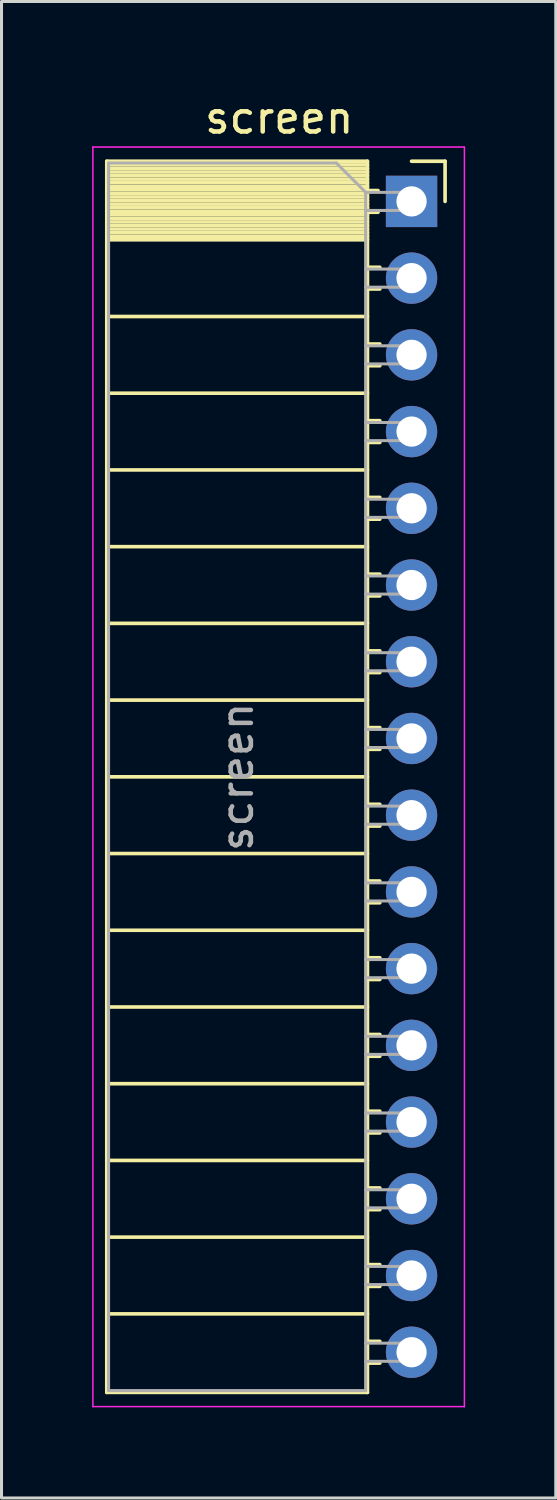
<source format=kicad_pcb>
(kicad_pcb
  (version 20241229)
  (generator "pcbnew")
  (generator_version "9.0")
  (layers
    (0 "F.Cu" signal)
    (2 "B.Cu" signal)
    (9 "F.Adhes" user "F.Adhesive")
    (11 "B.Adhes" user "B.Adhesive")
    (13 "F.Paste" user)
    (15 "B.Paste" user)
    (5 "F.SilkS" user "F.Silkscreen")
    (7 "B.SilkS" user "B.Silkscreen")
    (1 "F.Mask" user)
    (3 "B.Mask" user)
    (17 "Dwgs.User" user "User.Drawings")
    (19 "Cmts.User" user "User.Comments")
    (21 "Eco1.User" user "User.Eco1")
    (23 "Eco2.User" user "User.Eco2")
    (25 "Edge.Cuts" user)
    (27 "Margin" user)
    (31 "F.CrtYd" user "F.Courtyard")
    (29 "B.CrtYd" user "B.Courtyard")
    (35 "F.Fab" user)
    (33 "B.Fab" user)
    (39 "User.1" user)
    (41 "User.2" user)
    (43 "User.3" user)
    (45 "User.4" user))
  (footprint "screen"
    (layer "F.Cu")
    (at 10.575 3.618)
    (property "Reference" "screen" (at -4.38 -2.77 180) (layer "F.SilkS") (effects (font (size 1 1) (thickness 0.15))))
    (attr through_hole)
    (fp_line (start -10.09 -1.33) (end -10.09 39.43) (stroke (width 0.12) (type solid)) (layer "F.SilkS"))
    (fp_line (start -10.09 -1.33) (end -1.46 -1.33) (stroke (width 0.12) (type solid)) (layer "F.SilkS"))
    (fp_line (start -10.09 -1.21) (end -1.46 -1.21) (stroke (width 0.12) (type solid)) (layer "F.SilkS"))
    (fp_line (start -10.09 -1.092) (end -1.46 -1.092) (stroke (width 0.12) (type solid)) (layer "F.SilkS"))
    (fp_line (start -10.09 -0.974) (end -1.46 -0.974) (stroke (width 0.12) (type solid)) (layer "F.SilkS"))
    (fp_line (start -10.09 -0.856) (end -1.46 -0.856) (stroke (width 0.12) (type solid)) (layer "F.SilkS"))
    (fp_line (start -10.09 -0.738) (end -1.46 -0.738) (stroke (width 0.12) (type solid)) (layer "F.SilkS"))
    (fp_line (start -10.09 -0.62) (end -1.46 -0.62) (stroke (width 0.12) (type solid)) (layer "F.SilkS"))
    (fp_line (start -10.09 -0.501) (end -1.46 -0.501) (stroke (width 0.12) (type solid)) (layer "F.SilkS"))
    (fp_line (start -10.09 -0.383) (end -1.46 -0.383) (stroke (width 0.12) (type solid)) (layer "F.SilkS"))
    (fp_line (start -10.09 -0.265) (end -1.46 -0.265) (stroke (width 0.12) (type solid)) (layer "F.SilkS"))
    (fp_line (start -10.09 -0.147) (end -1.46 -0.147) (stroke (width 0.12) (type solid)) (layer "F.SilkS"))
    (fp_line (start -10.09 -0.029) (end -1.46 -0.029) (stroke (width 0.12) (type solid)) (layer "F.SilkS"))
    (fp_line (start -10.09 0.089) (end -1.46 0.089) (stroke (width 0.12) (type solid)) (layer "F.SilkS"))
    (fp_line (start -10.09 0.207) (end -1.46 0.207) (stroke (width 0.12) (type solid)) (layer "F.SilkS"))
    (fp_line (start -10.09 0.325) (end -1.46 0.325) (stroke (width 0.12) (type solid)) (layer "F.SilkS"))
    (fp_line (start -10.09 0.443) (end -1.46 0.443) (stroke (width 0.12) (type solid)) (layer "F.SilkS"))
    (fp_line (start -10.09 0.561) (end -1.46 0.561) (stroke (width 0.12) (type solid)) (layer "F.SilkS"))
    (fp_line (start -10.09 0.68) (end -1.46 0.68) (stroke (width 0.12) (type solid)) (layer "F.SilkS"))
    (fp_line (start -10.09 0.798) (end -1.46 0.798) (stroke (width 0.12) (type solid)) (layer "F.SilkS"))
    (fp_line (start -10.09 0.916) (end -1.46 0.916) (stroke (width 0.12) (type solid)) (layer "F.SilkS"))
    (fp_line (start -10.09 1.034) (end -1.46 1.034) (stroke (width 0.12) (type solid)) (layer "F.SilkS"))
    (fp_line (start -10.09 1.152) (end -1.46 1.152) (stroke (width 0.12) (type solid)) (layer "F.SilkS"))
    (fp_line (start -10.09 1.27) (end -1.46 1.27) (stroke (width 0.12) (type solid)) (layer "F.SilkS"))
    (fp_line (start -10.09 3.81) (end -1.46 3.81) (stroke (width 0.12) (type solid)) (layer "F.SilkS"))
    (fp_line (start -10.09 6.35) (end -1.46 6.35) (stroke (width 0.12) (type solid)) (layer "F.SilkS"))
    (fp_line (start -10.09 8.89) (end -1.46 8.89) (stroke (width 0.12) (type solid)) (layer "F.SilkS"))
    (fp_line (start -10.09 11.43) (end -1.46 11.43) (stroke (width 0.12) (type solid)) (layer "F.SilkS"))
    (fp_line (start -10.09 13.97) (end -1.46 13.97) (stroke (width 0.12) (type solid)) (layer "F.SilkS"))
    (fp_line (start -10.09 16.51) (end -1.46 16.51) (stroke (width 0.12) (type solid)) (layer "F.SilkS"))
    (fp_line (start -10.09 19.05) (end -1.46 19.05) (stroke (width 0.12) (type solid)) (layer "F.SilkS"))
    (fp_line (start -10.09 21.59) (end -1.46 21.59) (stroke (width 0.12) (type solid)) (layer "F.SilkS"))
    (fp_line (start -10.09 24.13) (end -1.46 24.13) (stroke (width 0.12) (type solid)) (layer "F.SilkS"))
    (fp_line (start -10.09 26.67) (end -1.46 26.67) (stroke (width 0.12) (type solid)) (layer "F.SilkS"))
    (fp_line (start -10.09 29.21) (end -1.46 29.21) (stroke (width 0.12) (type solid)) (layer "F.SilkS"))
    (fp_line (start -10.09 31.75) (end -1.46 31.75) (stroke (width 0.12) (type solid)) (layer "F.SilkS"))
    (fp_line (start -10.09 34.29) (end -1.46 34.29) (stroke (width 0.12) (type solid)) (layer "F.SilkS"))
    (fp_line (start -10.09 36.83) (end -1.46 36.83) (stroke (width 0.12) (type solid)) (layer "F.SilkS"))
    (fp_line (start -10.09 39.43) (end -1.46 39.43) (stroke (width 0.12) (type solid)) (layer "F.SilkS"))
    (fp_line (start -1.46 -1.33) (end -1.46 39.43) (stroke (width 0.12) (type solid)) (layer "F.SilkS"))
    (fp_line (start -1.46 -0.36) (end -1.11 -0.36) (stroke (width 0.12) (type solid)) (layer "F.SilkS"))
    (fp_line (start -1.46 0.36) (end -1.11 0.36) (stroke (width 0.12) (type solid)) (layer "F.SilkS"))
    (fp_line (start -1.46 2.18) (end -1.05 2.18) (stroke (width 0.12) (type solid)) (layer "F.SilkS"))
    (fp_line (start -1.46 2.9) (end -1.05 2.9) (stroke (width 0.12) (type solid)) (layer "F.SilkS"))
    (fp_line (start -1.46 4.72) (end -1.05 4.72) (stroke (width 0.12) (type solid)) (layer "F.SilkS"))
    (fp_line (start -1.46 5.44) (end -1.05 5.44) (stroke (width 0.12) (type solid)) (layer "F.SilkS"))
    (fp_line (start -1.46 7.26) (end -1.05 7.26) (stroke (width 0.12) (type solid)) (layer "F.SilkS"))
    (fp_line (start -1.46 7.98) (end -1.05 7.98) (stroke (width 0.12) (type solid)) (layer "F.SilkS"))
    (fp_line (start -1.46 9.8) (end -1.05 9.8) (stroke (width 0.12) (type solid)) (layer "F.SilkS"))
    (fp_line (start -1.46 10.52) (end -1.05 10.52) (stroke (width 0.12) (type solid)) (layer "F.SilkS"))
    (fp_line (start -1.46 12.34) (end -1.05 12.34) (stroke (width 0.12) (type solid)) (layer "F.SilkS"))
    (fp_line (start -1.46 13.06) (end -1.05 13.06) (stroke (width 0.12) (type solid)) (layer "F.SilkS"))
    (fp_line (start -1.46 14.88) (end -1.05 14.88) (stroke (width 0.12) (type solid)) (layer "F.SilkS"))
    (fp_line (start -1.46 15.6) (end -1.05 15.6) (stroke (width 0.12) (type solid)) (layer "F.SilkS"))
    (fp_line (start -1.46 17.42) (end -1.05 17.42) (stroke (width 0.12) (type solid)) (layer "F.SilkS"))
    (fp_line (start -1.46 18.14) (end -1.05 18.14) (stroke (width 0.12) (type solid)) (layer "F.SilkS"))
    (fp_line (start -1.46 19.96) (end -1.05 19.96) (stroke (width 0.12) (type solid)) (layer "F.SilkS"))
    (fp_line (start -1.46 20.68) (end -1.05 20.68) (stroke (width 0.12) (type solid)) (layer "F.SilkS"))
    (fp_line (start -1.46 22.5) (end -1.05 22.5) (stroke (width 0.12) (type solid)) (layer "F.SilkS"))
    (fp_line (start -1.46 23.22) (end -1.05 23.22) (stroke (width 0.12) (type solid)) (layer "F.SilkS"))
    (fp_line (start -1.46 25.04) (end -1.05 25.04) (stroke (width 0.12) (type solid)) (layer "F.SilkS"))
    (fp_line (start -1.46 25.76) (end -1.05 25.76) (stroke (width 0.12) (type solid)) (layer "F.SilkS"))
    (fp_line (start -1.46 27.58) (end -1.05 27.58) (stroke (width 0.12) (type solid)) (layer "F.SilkS"))
    (fp_line (start -1.46 28.3) (end -1.05 28.3) (stroke (width 0.12) (type solid)) (layer "F.SilkS"))
    (fp_line (start -1.46 30.12) (end -1.05 30.12) (stroke (width 0.12) (type solid)) (layer "F.SilkS"))
    (fp_line (start -1.46 30.84) (end -1.05 30.84) (stroke (width 0.12) (type solid)) (layer "F.SilkS"))
    (fp_line (start -1.46 32.66) (end -1.05 32.66) (stroke (width 0.12) (type solid)) (layer "F.SilkS"))
    (fp_line (start -1.46 33.38) (end -1.05 33.38) (stroke (width 0.12) (type solid)) (layer "F.SilkS"))
    (fp_line (start -1.46 35.2) (end -1.05 35.2) (stroke (width 0.12) (type solid)) (layer "F.SilkS"))
    (fp_line (start -1.46 35.92) (end -1.05 35.92) (stroke (width 0.12) (type solid)) (layer "F.SilkS"))
    (fp_line (start -1.46 37.74) (end -1.05 37.74) (stroke (width 0.12) (type solid)) (layer "F.SilkS"))
    (fp_line (start -1.46 38.46) (end -1.05 38.46) (stroke (width 0.12) (type solid)) (layer "F.SilkS"))
    (fp_line (start 0 -1.33) (end 1.11 -1.33) (stroke (width 0.12) (type solid)) (layer "F.SilkS"))
    (fp_line (start 1.11 -1.33) (end 1.11 0) (stroke (width 0.12) (type solid)) (layer "F.SilkS"))
    (fp_line (start -10.55 -1.8) (end -10.55 39.9) (stroke (width 0.05) (type solid)) (layer "F.CrtYd"))
    (fp_line (start -10.55 39.9) (end 1.75 39.9) (stroke (width 0.05) (type solid)) (layer "F.CrtYd"))
    (fp_line (start 1.75 -1.8) (end -10.55 -1.8) (stroke (width 0.05) (type solid)) (layer "F.CrtYd"))
    (fp_line (start 1.75 39.9) (end 1.75 -1.8) (stroke (width 0.05) (type solid)) (layer "F.CrtYd"))
    (fp_line (start -10.03 -1.27) (end -2.49 -1.27) (stroke (width 0.1) (type solid)) (layer "F.Fab"))
    (fp_line (start -10.03 39.37) (end -10.03 -1.27) (stroke (width 0.1) (type solid)) (layer "F.Fab"))
    (fp_line (start -2.49 -1.27) (end -1.52 -0.3) (stroke (width 0.1) (type solid)) (layer "F.Fab"))
    (fp_line (start -1.52 -0.3) (end -1.52 39.37) (stroke (width 0.1) (type solid)) (layer "F.Fab"))
    (fp_line (start -1.52 0.3) (end 0 0.3) (stroke (width 0.1) (type solid)) (layer "F.Fab"))
    (fp_line (start -1.52 2.84) (end 0 2.84) (stroke (width 0.1) (type solid)) (layer "F.Fab"))
    (fp_line (start -1.52 5.38) (end 0 5.38) (stroke (width 0.1) (type solid)) (layer "F.Fab"))
    (fp_line (start -1.52 7.92) (end 0 7.92) (stroke (width 0.1) (type solid)) (layer "F.Fab"))
    (fp_line (start -1.52 10.46) (end 0 10.46) (stroke (width 0.1) (type solid)) (layer "F.Fab"))
    (fp_line (start -1.52 13) (end 0 13) (stroke (width 0.1) (type solid)) (layer "F.Fab"))
    (fp_line (start -1.52 15.54) (end 0 15.54) (stroke (width 0.1) (type solid)) (layer "F.Fab"))
    (fp_line (start -1.52 18.08) (end 0 18.08) (stroke (width 0.1) (type solid)) (layer "F.Fab"))
    (fp_line (start -1.52 20.62) (end 0 20.62) (stroke (width 0.1) (type solid)) (layer "F.Fab"))
    (fp_line (start -1.52 23.16) (end 0 23.16) (stroke (width 0.1) (type solid)) (layer "F.Fab"))
    (fp_line (start -1.52 25.7) (end 0 25.7) (stroke (width 0.1) (type solid)) (layer "F.Fab"))
    (fp_line (start -1.52 28.24) (end 0 28.24) (stroke (width 0.1) (type solid)) (layer "F.Fab"))
    (fp_line (start -1.52 30.78) (end 0 30.78) (stroke (width 0.1) (type solid)) (layer "F.Fab"))
    (fp_line (start -1.52 33.32) (end 0 33.32) (stroke (width 0.1) (type solid)) (layer "F.Fab"))
    (fp_line (start -1.52 35.86) (end 0 35.86) (stroke (width 0.1) (type solid)) (layer "F.Fab"))
    (fp_line (start -1.52 38.4) (end 0 38.4) (stroke (width 0.1) (type solid)) (layer "F.Fab"))
    (fp_line (start -1.52 39.37) (end -10.03 39.37) (stroke (width 0.1) (type solid)) (layer "F.Fab"))
    (fp_line (start 0 -0.3) (end -1.52 -0.3) (stroke (width 0.1) (type solid)) (layer "F.Fab"))
    (fp_line (start 0 0.3) (end 0 -0.3) (stroke (width 0.1) (type solid)) (layer "F.Fab"))
    (fp_line (start 0 2.24) (end -1.52 2.24) (stroke (width 0.1) (type solid)) (layer "F.Fab"))
    (fp_line (start 0 2.84) (end 0 2.24) (stroke (width 0.1) (type solid)) (layer "F.Fab"))
    (fp_line (start 0 4.78) (end -1.52 4.78) (stroke (width 0.1) (type solid)) (layer "F.Fab"))
    (fp_line (start 0 5.38) (end 0 4.78) (stroke (width 0.1) (type solid)) (layer "F.Fab"))
    (fp_line (start 0 7.32) (end -1.52 7.32) (stroke (width 0.1) (type solid)) (layer "F.Fab"))
    (fp_line (start 0 7.92) (end 0 7.32) (stroke (width 0.1) (type solid)) (layer "F.Fab"))
    (fp_line (start 0 9.86) (end -1.52 9.86) (stroke (width 0.1) (type solid)) (layer "F.Fab"))
    (fp_line (start 0 10.46) (end 0 9.86) (stroke (width 0.1) (type solid)) (layer "F.Fab"))
    (fp_line (start 0 12.4) (end -1.52 12.4) (stroke (width 0.1) (type solid)) (layer "F.Fab"))
    (fp_line (start 0 13) (end 0 12.4) (stroke (width 0.1) (type solid)) (layer "F.Fab"))
    (fp_line (start 0 14.94) (end -1.52 14.94) (stroke (width 0.1) (type solid)) (layer "F.Fab"))
    (fp_line (start 0 15.54) (end 0 14.94) (stroke (width 0.1) (type solid)) (layer "F.Fab"))
    (fp_line (start 0 17.48) (end -1.52 17.48) (stroke (width 0.1) (type solid)) (layer "F.Fab"))
    (fp_line (start 0 18.08) (end 0 17.48) (stroke (width 0.1) (type solid)) (layer "F.Fab"))
    (fp_line (start 0 20.02) (end -1.52 20.02) (stroke (width 0.1) (type solid)) (layer "F.Fab"))
    (fp_line (start 0 20.62) (end 0 20.02) (stroke (width 0.1) (type solid)) (layer "F.Fab"))
    (fp_line (start 0 22.56) (end -1.52 22.56) (stroke (width 0.1) (type solid)) (layer "F.Fab"))
    (fp_line (start 0 23.16) (end 0 22.56) (stroke (width 0.1) (type solid)) (layer "F.Fab"))
    (fp_line (start 0 25.1) (end -1.52 25.1) (stroke (width 0.1) (type solid)) (layer "F.Fab"))
    (fp_line (start 0 25.7) (end 0 25.1) (stroke (width 0.1) (type solid)) (layer "F.Fab"))
    (fp_line (start 0 27.64) (end -1.52 27.64) (stroke (width 0.1) (type solid)) (layer "F.Fab"))
    (fp_line (start 0 28.24) (end 0 27.64) (stroke (width 0.1) (type solid)) (layer "F.Fab"))
    (fp_line (start 0 30.18) (end -1.52 30.18) (stroke (width 0.1) (type solid)) (layer "F.Fab"))
    (fp_line (start 0 30.78) (end 0 30.18) (stroke (width 0.1) (type solid)) (layer "F.Fab"))
    (fp_line (start 0 32.72) (end -1.52 32.72) (stroke (width 0.1) (type solid)) (layer "F.Fab"))
    (fp_line (start 0 33.32) (end 0 32.72) (stroke (width 0.1) (type solid)) (layer "F.Fab"))
    (fp_line (start 0 35.26) (end -1.52 35.26) (stroke (width 0.1) (type solid)) (layer "F.Fab"))
    (fp_line (start 0 35.86) (end 0 35.26) (stroke (width 0.1) (type solid)) (layer "F.Fab"))
    (fp_line (start 0 37.8) (end -1.52 37.8) (stroke (width 0.1) (type solid)) (layer "F.Fab"))
    (fp_line (start 0 38.4) (end 0 37.8) (stroke (width 0.1) (type solid)) (layer "F.Fab"))
    (fp_text user "${REFERENCE}" (at -5.775 19.05 90) (layer "F.Fab") (effects (font (size 1 1) (thickness 0.15))))
    (pad "1" thru_hole rect (at 0 0) (size 1.7 1.7) (drill 1) (layers "*.Cu" "*.Mask"))
    (pad "2" thru_hole oval (at 0 2.54) (size 1.7 1.7) (drill 1) (layers "*.Cu" "*.Mask"))
    (pad "3" thru_hole oval (at 0 5.08) (size 1.7 1.7) (drill 1) (layers "*.Cu" "*.Mask"))
    (pad "4" thru_hole oval (at 0 7.62) (size 1.7 1.7) (drill 1) (layers "*.Cu" "*.Mask"))
    (pad "5" thru_hole oval (at 0 10.16) (size 1.7 1.7) (drill 1) (layers "*.Cu" "*.Mask"))
    (pad "6" thru_hole oval (at 0 12.7) (size 1.7 1.7) (drill 1) (layers "*.Cu" "*.Mask"))
    (pad "7" thru_hole oval (at 0 15.24) (size 1.7 1.7) (drill 1) (layers "*.Cu" "*.Mask"))
    (pad "8" thru_hole oval (at 0 17.78) (size 1.7 1.7) (drill 1) (layers "*.Cu" "*.Mask"))
    (pad "9" thru_hole oval (at 0 20.32) (size 1.7 1.7) (drill 1) (layers "*.Cu" "*.Mask"))
    (pad "10" thru_hole oval (at 0 22.86) (size 1.7 1.7) (drill 1) (layers "*.Cu" "*.Mask"))
    (pad "11" thru_hole oval (at 0 25.4) (size 1.7 1.7) (drill 1) (layers "*.Cu" "*.Mask"))
    (pad "12" thru_hole oval (at 0 27.94) (size 1.7 1.7) (drill 1) (layers "*.Cu" "*.Mask"))
    (pad "13" thru_hole oval (at 0 30.48) (size 1.7 1.7) (drill 1) (layers "*.Cu" "*.Mask"))
    (pad "14" thru_hole oval (at 0 33.02) (size 1.7 1.7) (drill 1) (layers "*.Cu" "*.Mask"))
    (pad "15" thru_hole oval (at 0 35.56) (size 1.7 1.7) (drill 1) (layers "*.Cu" "*.Mask"))
    (pad "16" thru_hole oval (at 0 38.1) (size 1.7 1.7) (drill 1) (layers "*.Cu" "*.Mask")))
  (gr_rect
    (start -3 -3)
    (end 15.35 46.543)
    (stroke (width 0.1) (type default))
    (fill no)
    (layer "Edge.Cuts")))
</source>
